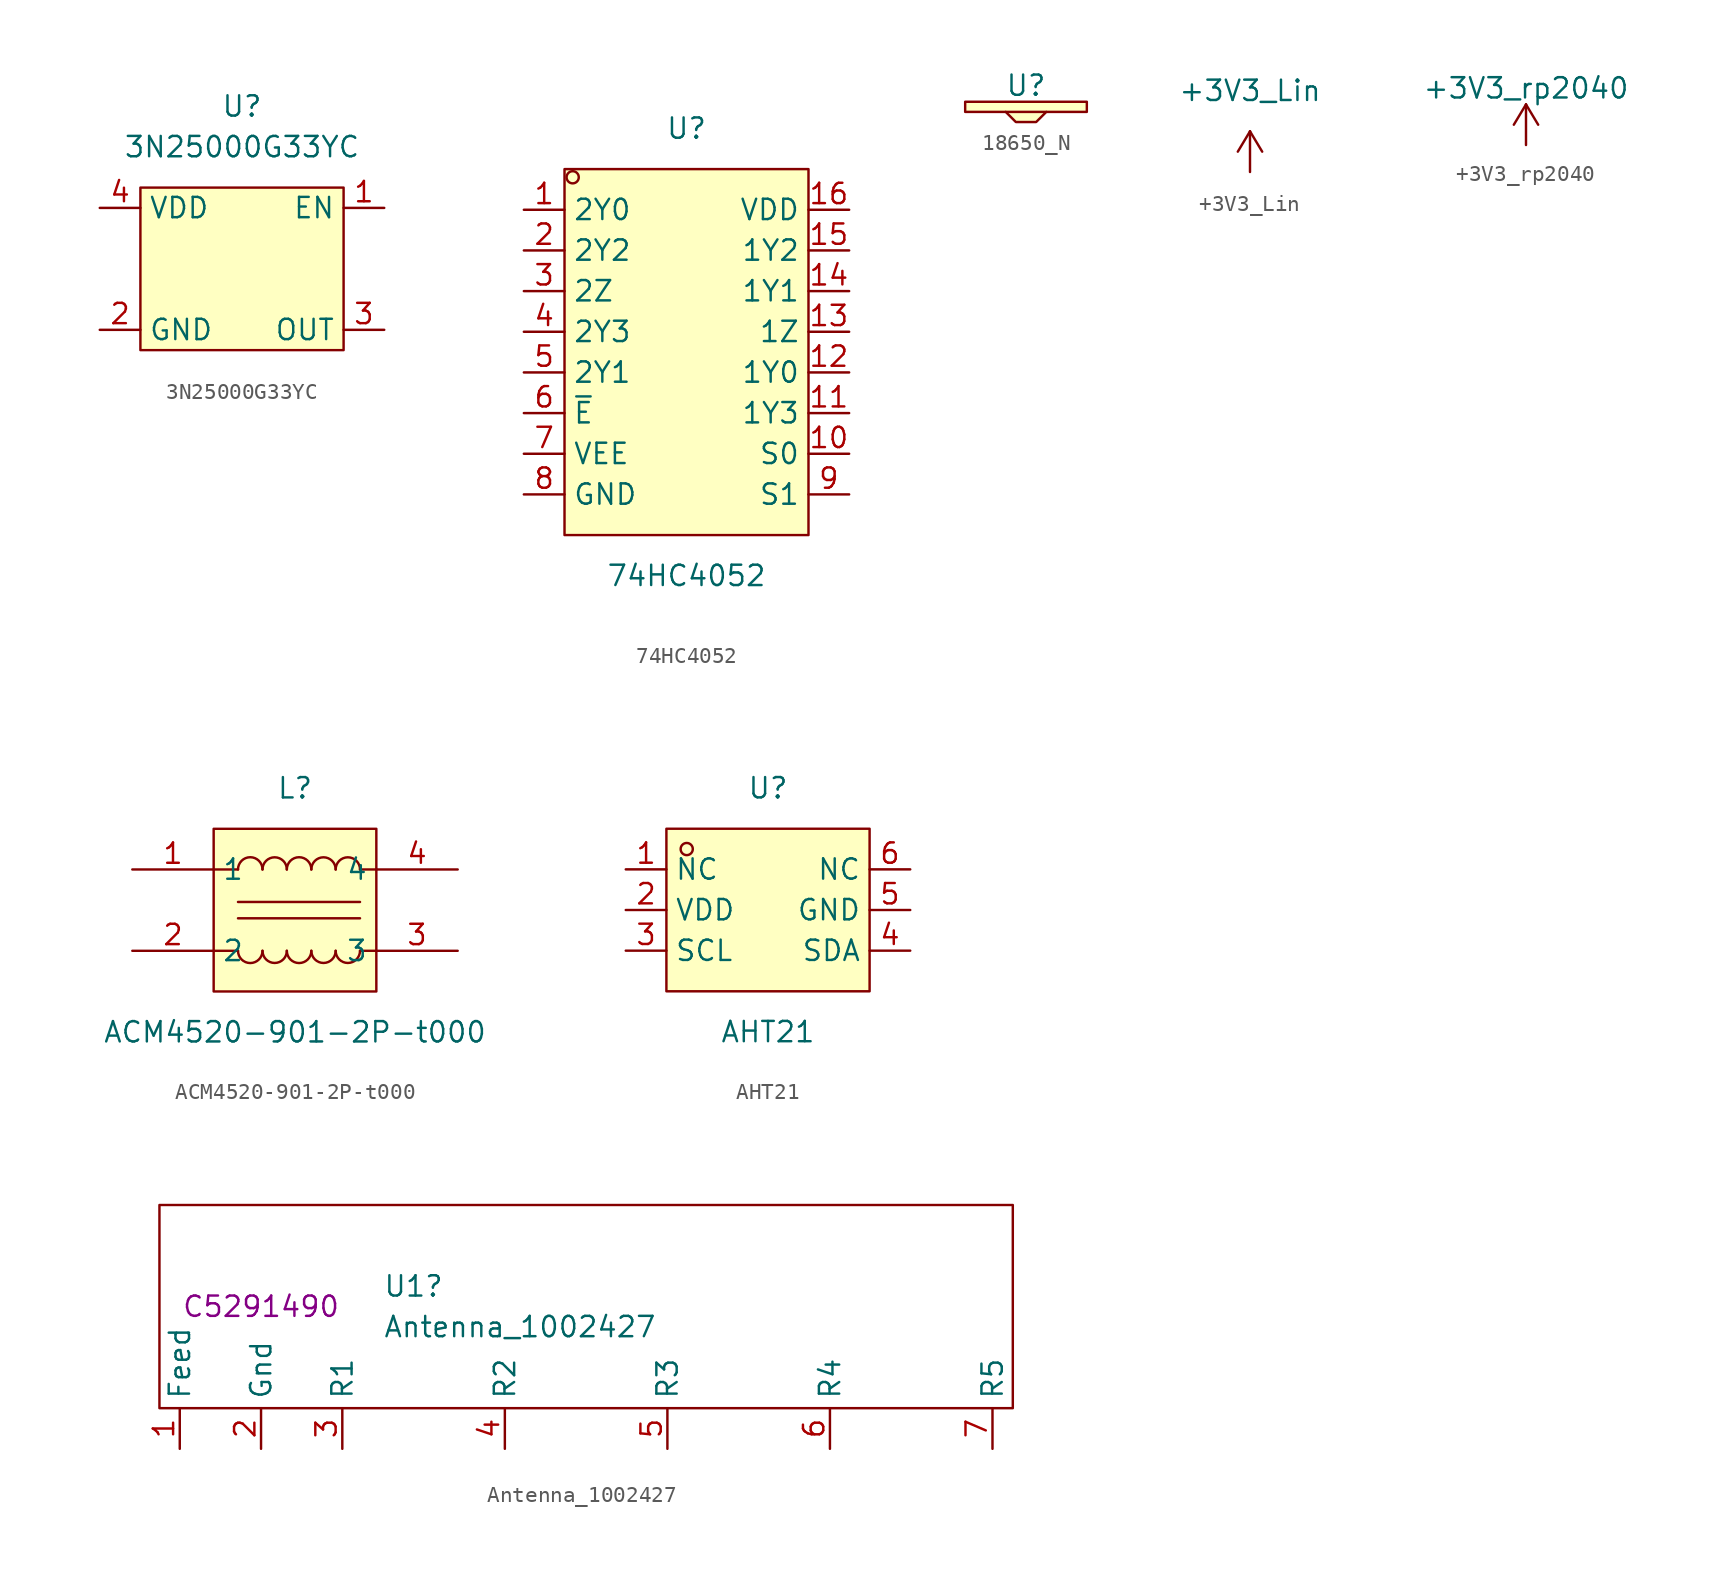
<source format=kicad_sym>
(kicad_symbol_lib
  (version 20231120)
  (generator "kicad_symbol_editor")
  (generator_version "8.0")
  (symbol "3N25000G33YC"
    (property "Reference" "U"
      (at 0 8.89 0)
      (effects (font (size 1.27 1.27))))
    (property "Value" "3N25000G33YC"
      (at 0 6.35 0)
      (effects (font (size 1.27 1.27))))
    (symbol "3N25000G33YC_0_1"
      (rectangle (start -6.35 3.81) (end 6.35 -6.35) (stroke (width 0) (type default)) (fill (type background))))
    (symbol "3N25000G33YC_1_1"
      (pin input line (at 8.89 2.54 180) (length 2.54) (name "EN" (effects (font (size 1.27 1.27)))) (number "1" (effects (font (size 1.27 1.27)))))
      (pin power_in line (at -8.89 -5.08 0) (length 2.54) (name "GND" (effects (font (size 1.27 1.27)))) (number "2" (effects (font (size 1.27 1.27)))))
      (pin output line (at 8.89 -5.08 180) (length 2.54) (name "OUT" (effects (font (size 1.27 1.27)))) (number "3" (effects (font (size 1.27 1.27)))))
      (pin power_in line (at -8.89 2.54 0) (length 2.54) (name "VDD" (effects (font (size 1.27 1.27)))) (number "4" (effects (font (size 1.27 1.27)))))))
  (symbol "74HC4052"
    (property "Reference" "U"
      (at 0 13.97 0)
      (effects (font (size 1.27 1.27))))
    (property "Value" "74HC4052"
      (at 0 -13.97 0)
      (effects (font (size 1.27 1.27))))
    (symbol "74HC4052_0_1"
      (rectangle (start -7.62 11.43) (end 7.62 -11.43) (stroke (width 0) (type default)) (fill (type background)))
      (circle (center -7.11 10.92) (radius 0.38) (stroke (width 0) (type default)) (fill (type none)))
      (pin unspecified line (at 10.16 8.89 180) (length 2.54) (name "VDD" (effects (font (size 1.27 1.27)))) (number "16" (effects (font (size 1.27 1.27)))))
      (pin unspecified line (at -10.16 -3.81 0) (length 2.54) (name "~{E}" (effects (font (size 1.27 1.27)))) (number "6" (effects (font (size 1.27 1.27)))))
      (pin unspecified line (at -10.16 -6.35 0) (length 2.54) (name "VEE" (effects (font (size 1.27 1.27)))) (number "7" (effects (font (size 1.27 1.27))))))
    (symbol "74HC4052_1_1"
      (pin passive line (at -10.16 8.89 0) (length 2.54) (name "2Y0" (effects (font (size 1.27 1.27)))) (number "1" (effects (font (size 1.27 1.27)))))
      (pin unspecified line (at 10.16 -6.35 180) (length 2.54) (name "S0" (effects (font (size 1.27 1.27)))) (number "10" (effects (font (size 1.27 1.27)))))
      (pin unspecified line (at 10.16 -3.81 180) (length 2.54) (name "1Y3" (effects (font (size 1.27 1.27)))) (number "11" (effects (font (size 1.27 1.27)))))
      (pin unspecified line (at 10.16 -1.27 180) (length 2.54) (name "1Y0" (effects (font (size 1.27 1.27)))) (number "12" (effects (font (size 1.27 1.27)))))
      (pin unspecified line (at 10.16 1.27 180) (length 2.54) (name "1Z" (effects (font (size 1.27 1.27)))) (number "13" (effects (font (size 1.27 1.27)))))
      (pin unspecified line (at 10.16 3.81 180) (length 2.54) (name "1Y1" (effects (font (size 1.27 1.27)))) (number "14" (effects (font (size 1.27 1.27)))))
      (pin unspecified line (at 10.16 6.35 180) (length 2.54) (name "1Y2" (effects (font (size 1.27 1.27)))) (number "15" (effects (font (size 1.27 1.27)))))
      (pin unspecified line (at -10.16 6.35 0) (length 2.54) (name "2Y2" (effects (font (size 1.27 1.27)))) (number "2" (effects (font (size 1.27 1.27)))))
      (pin unspecified line (at -10.16 3.81 0) (length 2.54) (name "2Z" (effects (font (size 1.27 1.27)))) (number "3" (effects (font (size 1.27 1.27)))))
      (pin unspecified line (at -10.16 1.27 0) (length 2.54) (name "2Y3" (effects (font (size 1.27 1.27)))) (number "4" (effects (font (size 1.27 1.27)))))
      (pin unspecified line (at -10.16 -1.27 0) (length 2.54) (name "2Y1" (effects (font (size 1.27 1.27)))) (number "5" (effects (font (size 1.27 1.27)))))
      (pin unspecified line (at -10.16 -8.89 0) (length 2.54) (name "GND" (effects (font (size 1.27 1.27)))) (number "8" (effects (font (size 1.27 1.27)))))
      (pin unspecified line (at 10.16 -8.89 180) (length 2.54) (name "S1" (effects (font (size 1.27 1.27)))) (number "9" (effects (font (size 1.27 1.27)))))))
  (symbol "18650_N"
    (property "Reference" "U"
      (at 0 1.016 0)
      (effects (font (size 1.27 1.27))))
    (property "Value" ""
      (at 0 0 0)
      (effects (font (size 1.27 1.27))))
    (symbol "18650_N_1_1"
      (polyline (pts (xy -1.27 -0.635) (xy 1.27 -0.635)) (stroke (width 0) (type default)) (fill (type none)))
      (polyline (pts (xy -1.27 -0.635) (xy -0.635 -1.27) (xy 0.635 -1.27) (xy 1.27 -0.635) (xy 3.81 -0.635) (xy 3.81 0) (xy -3.81 0) (xy -3.81 -0.635) (xy -1.27 -0.635)) (stroke (width 0) (type default)) (fill (type color) (color 255 255 194 1)))))
  (symbol "+3V3_Lin"
    (power)
    (pin_names
      (offset 0))
    (property "Reference" "#PWR087"
      (at 0 -3.81 0)
      (effects (font (size 1.27 1.27)) (hide yes)))
    (property "Value" "+3V3_Lin"
      (at 0 5.08 0)
      (effects (font (size 1.27 1.27))))
    (symbol "+3V3_Lin_0_1"
      (polyline (pts (xy -0.762 1.27) (xy 0 2.54)) (stroke (width 0) (type default)) (fill (type none)))
      (polyline (pts (xy 0 0) (xy 0 2.54)) (stroke (width 0) (type default)) (fill (type none)))
      (polyline (pts (xy 0 2.54) (xy 0.762 1.27)) (stroke (width 0) (type default)) (fill (type none))))
    (symbol "+3V3_Lin_1_1"
      (pin power_in line (at 0 0 90) (length 0) hide (name "+3V3_Lin" (effects (font (size 1.27 1.27)))) (number "1" (effects (font (size 1.27 1.27)))))))
  (symbol "+3V3_rp2040"
    (power)
    (pin_names
      (offset 0))
    (property "Reference" "#PWR"
      (at 0 -3.81 0)
      (effects (font (size 1.27 1.27)) (hide yes)))
    (property "Value" "+3V3_rp2040"
      (at 0 3.556 0)
      (effects (font (size 1.27 1.27))))
    (symbol "+3V3_rp2040_0_1"
      (polyline (pts (xy -0.762 1.27) (xy 0 2.54)) (stroke (width 0) (type default)) (fill (type none)))
      (polyline (pts (xy 0 0) (xy 0 2.54)) (stroke (width 0) (type default)) (fill (type none)))
      (polyline (pts (xy 0 2.54) (xy 0.762 1.27)) (stroke (width 0) (type default)) (fill (type none))))
    (symbol "+3V3_rp2040_1_1"
      (pin power_in line (at 0 0 90) (length 0) hide (name "+3V3_rp2040" (effects (font (size 1.27 1.27)))) (number "1" (effects (font (size 1.27 1.27)))))))
  (symbol "ACM4520-901-2P-t000"
    (property "Reference" "L"
      (at 0 7.62 0)
      (effects (font (size 1.27 1.27))))
    (property "Value" "ACM4520-901-2P-t000"
      (at 0 -7.62 0)
      (effects (font (size 1.27 1.27))))
    (symbol "ACM4520-901-2P-t000_0_1"
      (rectangle (start -5.08 5.08) (end 5.08 -5.08) (stroke (width 0) (type default)) (fill (type background)))
      (arc (start -3.56 -2.54) (mid -2.795 -3.3047) (end -2.03 -2.54) (stroke (width 0) (type default)) (fill (type none)))
      (arc (start -2.03 -2.54) (mid -1.27 -3.2986) (end -0.51 -2.54) (stroke (width 0) (type default)) (fill (type none)))
      (arc (start -2.03 2.54) (mid -2.795 3.3053) (end -3.56 2.54) (stroke (width 0) (type default)) (fill (type none)))
      (arc (start -0.51 -2.54) (mid 0.255 -3.3047) (end 1.02 -2.54) (stroke (width 0) (type default)) (fill (type none)))
      (arc (start -0.51 2.54) (mid -1.27 3.3014) (end -2.03 2.54) (stroke (width 0) (type default)) (fill (type none)))
      (polyline (pts (xy -3.56 -2.54) (xy -5.08 -2.54)) (stroke (width 0) (type default)) (fill (type none)))
      (polyline (pts (xy -3.56 -0.51) (xy 4.06 -0.51)) (stroke (width 0) (type default)) (fill (type none)))
      (polyline (pts (xy -3.56 0.51) (xy 4.06 0.51)) (stroke (width 0) (type default)) (fill (type none)))
      (polyline (pts (xy -3.56 2.54) (xy -5.08 2.54)) (stroke (width 0) (type default)) (fill (type none)))
      (polyline (pts (xy 4.06 -2.54) (xy 5.08 -2.54)) (stroke (width 0) (type default)) (fill (type none)))
      (polyline (pts (xy 4.06 2.54) (xy 5.08 2.54)) (stroke (width 0) (type default)) (fill (type none)))
      (arc (start 1.02 -2.54) (mid 1.78 -3.2986) (end 2.54 -2.54) (stroke (width 0) (type default)) (fill (type none)))
      (arc (start 1.02 2.54) (mid 0.255 3.3053) (end -0.51 2.54) (stroke (width 0) (type default)) (fill (type none)))
      (arc (start 2.54 -2.54) (mid 3.3 -3.2986) (end 4.06 -2.54) (stroke (width 0) (type default)) (fill (type none)))
      (arc (start 2.54 2.54) (mid 1.78 3.3014) (end 1.02 2.54) (stroke (width 0) (type default)) (fill (type none)))
      (arc (start 4.06 2.54) (mid 3.3 3.3014) (end 2.54 2.54) (stroke (width 0) (type default)) (fill (type none)))
      (pin unspecified line (at -10.16 2.54 0) (length 5.08) (name "1" (effects (font (size 1.27 1.27)))) (number "1" (effects (font (size 1.27 1.27)))))
      (pin unspecified line (at -10.16 -2.54 0) (length 5.08) (name "2" (effects (font (size 1.27 1.27)))) (number "2" (effects (font (size 1.27 1.27)))))
      (pin unspecified line (at 10.16 -2.54 180) (length 5.08) (name "3" (effects (font (size 1.27 1.27)))) (number "3" (effects (font (size 1.27 1.27)))))
      (pin unspecified line (at 10.16 2.54 180) (length 5.08) (name "4" (effects (font (size 1.27 1.27)))) (number "4" (effects (font (size 1.27 1.27)))))))
  (symbol "AHT21"
    (property "Reference" "U"
      (at 0 7.62 0)
      (effects (font (size 1.27 1.27))))
    (property "Value" "AHT21"
      (at 0 -7.62 0)
      (effects (font (size 1.27 1.27))))
    (symbol "AHT21_0_1"
      (rectangle (start -6.35 5.08) (end 6.35 -5.08) (stroke (width 0) (type default)) (fill (type background)))
      (circle (center -5.08 3.81) (radius 0.38) (stroke (width 0) (type default)) (fill (type none)))
      (pin unspecified line (at -8.89 2.54 0) (length 2.54) (name "NC" (effects (font (size 1.27 1.27)))) (number "1" (effects (font (size 1.27 1.27)))))
      (pin unspecified line (at -8.89 0 0) (length 2.54) (name "VDD" (effects (font (size 1.27 1.27)))) (number "2" (effects (font (size 1.27 1.27)))))
      (pin unspecified line (at -8.89 -2.54 0) (length 2.54) (name "SCL" (effects (font (size 1.27 1.27)))) (number "3" (effects (font (size 1.27 1.27)))))
      (pin unspecified line (at 8.89 -2.54 180) (length 2.54) (name "SDA" (effects (font (size 1.27 1.27)))) (number "4" (effects (font (size 1.27 1.27)))))
      (pin unspecified line (at 8.89 0 180) (length 2.54) (name "GND" (effects (font (size 1.27 1.27)))) (number "5" (effects (font (size 1.27 1.27)))))
      (pin unspecified line (at 8.89 2.54 180) (length 2.54) (name "NC" (effects (font (size 1.27 1.27)))) (number "6" (effects (font (size 1.27 1.27)))))))
  (symbol "Antenna_1002427"
    (property "Reference" "U1"
      (at 7.62 1.27 0)
      (effects (font (size 1.27 1.27)) (justify left)))
    (property "Value" "Antenna_1002427"
      (at 7.62 -1.27 0)
      (effects (font (size 1.27 1.27)) (justify left)))
    (property "LCSC" "C5291490"
      (at 0 0 0)
      (effects (font (size 1.27 1.27))))
    (symbol "Antenna_1002427_0_1"
      (rectangle (start -6.35 6.35) (end 46.99 -6.35) (stroke (width 0) (type default)) (fill (type none))))
    (symbol "Antenna_1002427_1_1"
      (pin passive line (at -5.08 -8.89 90) (length 2.54) (name "Feed" (effects (font (size 1.27 1.27)))) (number "1" (effects (font (size 1.27 1.27)))))
      (pin passive line (at 0 -8.89 90) (length 2.54) (name "Gnd" (effects (font (size 1.27 1.27)))) (number "2" (effects (font (size 1.27 1.27)))))
      (pin passive line (at 5.08 -8.89 90) (length 2.54) (name "R1" (effects (font (size 1.27 1.27)))) (number "3" (effects (font (size 1.27 1.27)))))
      (pin passive line (at 15.24 -8.89 90) (length 2.54) (name "R2" (effects (font (size 1.27 1.27)))) (number "4" (effects (font (size 1.27 1.27)))))
      (pin passive line (at 25.4 -8.89 90) (length 2.54) (name "R3" (effects (font (size 1.27 1.27)))) (number "5" (effects (font (size 1.27 1.27)))))
      (pin passive line (at 35.56 -8.89 90) (length 2.54) (name "R4" (effects (font (size 1.27 1.27)))) (number "6" (effects (font (size 1.27 1.27)))))
      (pin passive line (at 45.72 -8.89 90) (length 2.54) (name "R5" (effects (font (size 1.27 1.27)))) (number "7" (effects (font (size 1.27 1.27))))))))
</source>
